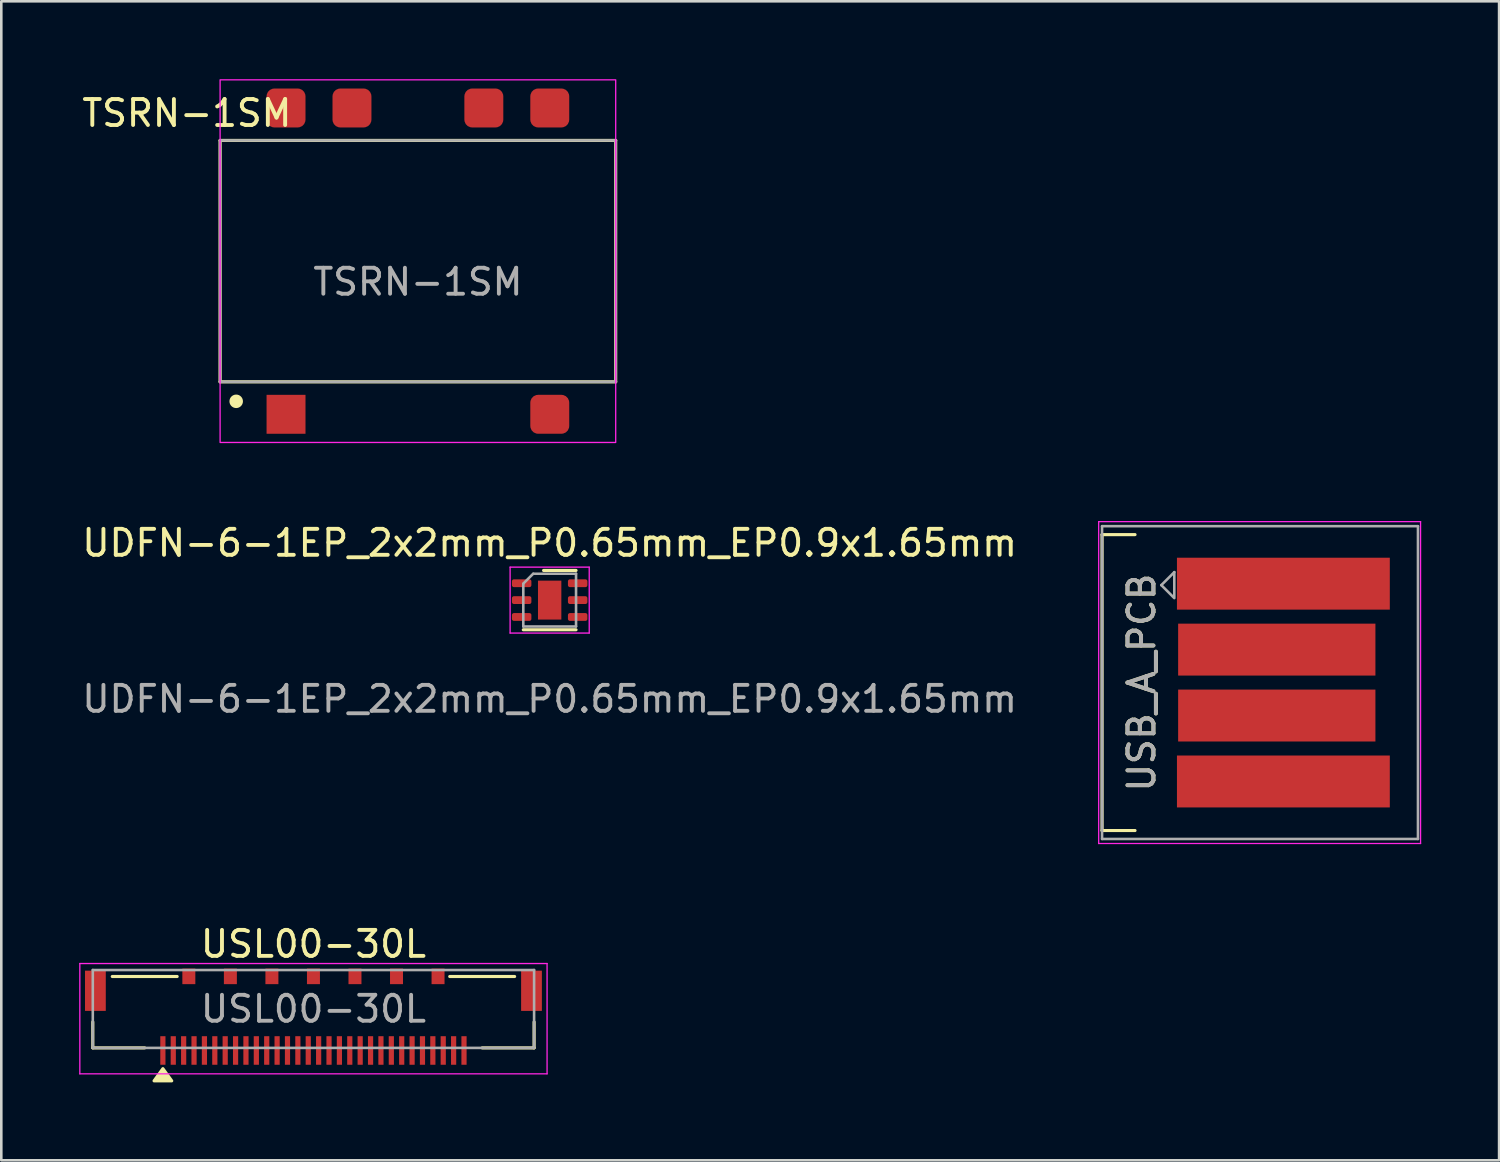
<source format=kicad_pcb>
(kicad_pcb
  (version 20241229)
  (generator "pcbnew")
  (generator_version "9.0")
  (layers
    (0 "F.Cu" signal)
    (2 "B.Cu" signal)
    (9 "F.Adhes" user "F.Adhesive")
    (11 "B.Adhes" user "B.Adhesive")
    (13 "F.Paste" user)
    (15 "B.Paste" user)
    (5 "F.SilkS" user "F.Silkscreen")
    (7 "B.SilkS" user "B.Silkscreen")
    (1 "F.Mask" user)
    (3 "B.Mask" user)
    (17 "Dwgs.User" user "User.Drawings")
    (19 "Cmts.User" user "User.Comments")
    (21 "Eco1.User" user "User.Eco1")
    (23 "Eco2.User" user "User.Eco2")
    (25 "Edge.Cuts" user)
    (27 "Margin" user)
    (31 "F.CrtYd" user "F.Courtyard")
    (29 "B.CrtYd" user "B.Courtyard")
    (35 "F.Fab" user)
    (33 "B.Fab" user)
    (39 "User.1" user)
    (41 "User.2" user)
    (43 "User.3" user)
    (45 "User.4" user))
  (footprint "USB_A_PCB"
    (layer "F.Cu")
    (at 40.675 23.245)
    (property "Reference" "USB_A_PCB" (at 0.254 0 90) (layer "F.SilkS") (effects (font (size 1 1) (thickness 0.15))))
    (attr smd)
    (fp_line (start -1.27 -5.7) (end -1.27 5.7) (stroke (width 0.12) (type solid)) (layer "F.SilkS"))
    (fp_line (start -1.27 -5.7) (end 0 -5.7) (stroke (width 0.12) (type solid)) (layer "F.SilkS"))
    (fp_line (start -1.27 5.7) (end 0 5.7) (stroke (width 0.12) (type solid)) (layer "F.SilkS"))
    (fp_line (start -1.4 -6.2) (end -1.4 6.2) (stroke (width 0.05) (type solid)) (layer "F.CrtYd"))
    (fp_line (start -1.4 6.2) (end 11 6.2) (stroke (width 0.05) (type solid)) (layer "F.CrtYd"))
    (fp_line (start 11 -6.2) (end -1.4 -6.2) (stroke (width 0.05) (type solid)) (layer "F.CrtYd"))
    (fp_line (start 11 6.2) (end 11 -6.2) (stroke (width 0.05) (type solid)) (layer "F.CrtYd"))
    (fp_line (start -1.27 -6.025) (end 10.9 -6.025) (stroke (width 0.1) (type solid)) (layer "F.Fab"))
    (fp_line (start -1.27 6.025) (end -1.27 -6.025) (stroke (width 0.1) (type solid)) (layer "F.Fab"))
    (fp_line (start -1.27 6.025) (end 10.9 6.025) (stroke (width 0.1) (type solid)) (layer "F.Fab"))
    (fp_line (start 1.013 -3.754) (end 1.513 -4.254) (stroke (width 0.1) (type solid)) (layer "F.Fab"))
    (fp_line (start 1.013 -3.754) (end 1.513 -3.254) (stroke (width 0.1) (type solid)) (layer "F.Fab"))
    (fp_line (start 1.513 -4.254) (end 1.513 -3.304) (stroke (width 0.1) (type solid)) (layer "F.Fab"))
    (fp_line (start 10.9 6.025) (end 10.9 -6.025) (stroke (width 0.1) (type solid)) (layer "F.Fab"))
    (fp_text user "${REFERENCE}" (at 0.254 0 90) (layer "F.Fab") (effects (font (size 1 1) (thickness 0.15))))
    (pad "1" smd rect (at 5.715 -3.81) (size 8.2 2) (layers "F.Cu" "F.Mask"))
    (pad "2" smd rect (at 5.461 -1.27) (size 7.6 2) (layers "F.Cu" "F.Mask"))
    (pad "3" smd rect (at 5.461 1.27) (size 7.6 2) (layers "F.Cu" "F.Mask"))
    (pad "4" smd rect (at 5.715 3.81) (size 8.2 2) (layers "F.Cu" "F.Mask")))
  (footprint "UDFN-6-1EP_2x2mm_P0.65mm_EP0.9x1.65mm"
    (layer "F.Cu")
    (at 18.125 20.068)
    (property "Reference" "UDFN-6-1EP_2x2mm_P0.65mm_EP0.9x1.65mm" (at 0 -2.2 0) (layer "F.SilkS") (effects (font (size 1 1) (thickness 0.15))))
    (attr smd)
    (fp_line (start -1.016 1.143) (end 1.016 1.143) (stroke (width 0.12) (type solid)) (layer "F.SilkS"))
    (fp_line (start -0.234 -1.143) (end 1.016 -1.143) (stroke (width 0.12) (type solid)) (layer "F.SilkS"))
    (fp_line (start -1.524 -1.27) (end -1.524 1.27) (stroke (width 0.05) (type solid)) (layer "F.CrtYd"))
    (fp_line (start -1.524 1.27) (end 1.524 1.27) (stroke (width 0.05) (type solid)) (layer "F.CrtYd"))
    (fp_line (start 1.524 -1.27) (end -1.524 -1.27) (stroke (width 0.05) (type solid)) (layer "F.CrtYd"))
    (fp_line (start 1.524 1.27) (end 1.524 -1.27) (stroke (width 0.05) (type solid)) (layer "F.CrtYd"))
    (fp_line (start -1.016 -0.635) (end -0.635 -1.016) (stroke (width 0.1) (type solid)) (layer "F.Fab"))
    (fp_line (start -1.016 1.016) (end -1.016 -0.625) (stroke (width 0.1) (type solid)) (layer "F.Fab"))
    (fp_line (start -0.625 -1.016) (end 1.016 -1.016) (stroke (width 0.1) (type solid)) (layer "F.Fab"))
    (fp_line (start 1.016 -1.016) (end 1.016 1.016) (stroke (width 0.1) (type solid)) (layer "F.Fab"))
    (fp_line (start 1.016 1.016) (end -1.016 1.016) (stroke (width 0.1) (type solid)) (layer "F.Fab"))
    (fp_text user "${REFERENCE}" (at 0 3.81 0) (layer "F.Fab") (effects (font (size 1 1) (thickness 0.15))))
    (pad "" smd roundrect (at -0.191 -0.343) (size 0.52 0.81) (layers "F.Paste") (roundrect_rratio 0.25))
    (pad "" smd roundrect (at -0.191 0.343) (size 0.52 0.81) (layers "F.Paste") (roundrect_rratio 0.25))
    (pad "" smd roundrect (at 0.191 -0.343) (size 0.52 0.81) (layers "F.Paste") (roundrect_rratio 0.25))
    (pad "" smd roundrect (at 0.191 0.343) (size 0.52 0.81) (layers "F.Paste") (roundrect_rratio 0.25))
    (pad "1" smd roundrect (at -1.079 -0.65) (size 0.75 0.3) (layers "F.Cu" "F.Mask" "F.Paste") (roundrect_rratio 0.25))
    (pad "2" smd roundrect (at -1.079 0) (size 0.75 0.3) (layers "F.Cu" "F.Mask" "F.Paste") (roundrect_rratio 0.25))
    (pad "3" smd roundrect (at -1.079 0.65) (size 0.75 0.3) (layers "F.Cu" "F.Mask" "F.Paste") (roundrect_rratio 0.25))
    (pad "4" smd roundrect (at 1.079 0.65) (size 0.75 0.3) (layers "F.Cu" "F.Mask" "F.Paste") (roundrect_rratio 0.25))
    (pad "5" smd roundrect (at 1.079 0) (size 0.75 0.3) (layers "F.Cu" "F.Mask" "F.Paste") (roundrect_rratio 0.25))
    (pad "6" smd roundrect (at 1.079 -0.65) (size 0.75 0.3) (layers "F.Cu" "F.Mask" "F.Paste") (roundrect_rratio 0.25))
    (pad "7" smd rect (at 0 0) (size 0.9 1.5) (layers "F.Cu" "F.Mask")))
  (footprint "TSRN-1SM"
    (layer "F.Cu")
    (at 13.049 7.01)
    (property "Reference" "TSRN-1SM" (at -8.9 -5.7 0) (unlocked yes) (layer "F.SilkS") (effects (font (size 1 1) (thickness 0.15))))
    (attr smd)
    (fp_line (start -7.62 -4.65) (end 7.62 -4.65) (stroke (width 0.12) (type solid)) (layer "F.SilkS"))
    (fp_line (start -7.62 4.65) (end -7.62 -4.65) (stroke (width 0.12) (type solid)) (layer "F.SilkS"))
    (fp_line (start -7.62 4.65) (end 7.62 4.65) (stroke (width 0.12) (type solid)) (layer "F.SilkS"))
    (fp_line (start 7.62 4.65) (end 7.62 -4.65) (stroke (width 0.12) (type solid)) (layer "F.SilkS"))
    (fp_circle (center -7 5.4) (end -6.8 5.4) (stroke (width 0.12) (type solid)) (fill yes) (layer "F.SilkS"))
    (fp_rect (start -7.62 -6.985) (end 7.62 6.985) (stroke (width 0.05) (type solid)) (fill no) (layer "F.CrtYd"))
    (fp_line (start -7.62 -4.65) (end -7.62 4.65) (stroke (width 0.1) (type solid)) (layer "F.Fab"))
    (fp_line (start -7.62 4.65) (end 7.62 4.65) (stroke (width 0.1) (type solid)) (layer "F.Fab"))
    (fp_line (start 7.62 -4.65) (end -7.62 -4.65) (stroke (width 0.1) (type solid)) (layer "F.Fab"))
    (fp_line (start 7.62 4.65) (end 7.62 -4.65) (stroke (width 0.1) (type solid)) (layer "F.Fab"))
    (fp_text user "${REFERENCE}" (at 0 0.8 0) (unlocked yes) (layer "F.Fab") (effects (font (size 1 1) (thickness 0.15))))
    (pad "1" smd rect (at -5.08 5.9) (size 1.5 1.5) (layers "F.Cu" "F.Mask" "F.Paste"))
    (pad "5" smd roundrect (at 5.08 5.9) (size 1.5 1.5) (layers "F.Cu" "F.Mask" "F.Paste") (roundrect_rratio 0.2))
    (pad "6" smd roundrect (at 5.08 -5.9) (size 1.5 1.5) (layers "F.Cu" "F.Mask" "F.Paste") (roundrect_rratio 0.2))
    (pad "7" smd roundrect (at 2.54 -5.9) (size 1.5 1.5) (layers "F.Cu" "F.Mask" "F.Paste") (roundrect_rratio 0.2))
    (pad "9" smd roundrect (at -2.54 -5.9) (size 1.5 1.5) (layers "F.Cu" "F.Mask" "F.Paste") (roundrect_rratio 0.2))
    (pad "10" smd roundrect (at -5.08 -5.9) (size 1.5 1.5) (layers "F.Cu" "F.Mask" "F.Paste") (roundrect_rratio 0.2)))
  (footprint "USL00-30L"
    (layer "F.Cu")
    (at 9.025 37.318)
    (property "Reference" "USL00-30L" (at 0 -4 0) (layer "F.SilkS") (effects (font (size 1 1) (thickness 0.15))))
    (attr smd)
    (fp_line (start -8.5 0) (end -8.5 -1) (stroke (width 0.12) (type solid)) (layer "F.SilkS"))
    (fp_line (start -8.5 0) (end -6.5 0) (stroke (width 0.12) (type solid)) (layer "F.SilkS"))
    (fp_line (start -7.75 -2.75) (end -5.25 -2.75) (stroke (width 0.12) (type solid)) (layer "F.SilkS"))
    (fp_line (start 5.25 -2.75) (end 7.75 -2.75) (stroke (width 0.12) (type solid)) (layer "F.SilkS"))
    (fp_line (start 6.5 0) (end 8.5 0) (stroke (width 0.12) (type solid)) (layer "F.SilkS"))
    (fp_line (start 8.5 0) (end 8.5 -1) (stroke (width 0.12) (type solid)) (layer "F.SilkS"))
    (fp_poly (pts (xy -5.8 0.8) (xy -5.46 1.27) (xy -6.14 1.27)) (stroke (width 0.12) (type solid)) (fill yes) (layer "F.SilkS"))
    (fp_line (start -9 -3.25) (end 9 -3.25) (stroke (width 0.05) (type solid)) (layer "F.CrtYd"))
    (fp_line (start -9 1) (end -9 -3.25) (stroke (width 0.05) (type solid)) (layer "F.CrtYd"))
    (fp_line (start 9 1) (end -9 1) (stroke (width 0.05) (type solid)) (layer "F.CrtYd"))
    (fp_line (start 9 1) (end 9 -3.25) (stroke (width 0.05) (type solid)) (layer "F.CrtYd"))
    (fp_line (start -8.5 -3) (end 8.5 -3) (stroke (width 0.1) (type solid)) (layer "F.Fab"))
    (fp_line (start -8.5 0) (end -8.5 -3) (stroke (width 0.1) (type solid)) (layer "F.Fab"))
    (fp_line (start 8.5 -3) (end 8.5 0) (stroke (width 0.1) (type solid)) (layer "F.Fab"))
    (fp_line (start 8.5 0) (end -8.5 0) (stroke (width 0.1) (type solid)) (layer "F.Fab"))
    (fp_text user "${REFERENCE}" (at 0 -1.5 0) (layer "F.Fab") (effects (font (size 1 1) (thickness 0.15))))
    (pad "1" smd rect (at -5.8 0.1) (size 0.2 1.1) (layers "F.Cu" "F.Mask" "F.Paste"))
    (pad "2" smd rect (at -5.4 0.1) (size 0.2 1.1) (layers "F.Cu" "F.Mask" "F.Paste"))
    (pad "3" smd rect (at -5 0.1) (size 0.2 1.1) (layers "F.Cu" "F.Mask" "F.Paste"))
    (pad "4" smd rect (at -4.6 0.1) (size 0.2 1.1) (layers "F.Cu" "F.Mask" "F.Paste"))
    (pad "5" smd rect (at -4.2 0.1) (size 0.2 1.1) (layers "F.Cu" "F.Mask" "F.Paste"))
    (pad "6" smd rect (at -3.8 0.1) (size 0.2 1.1) (layers "F.Cu" "F.Mask" "F.Paste"))
    (pad "7" smd rect (at -3.4 0.1) (size 0.2 1.1) (layers "F.Cu" "F.Mask" "F.Paste"))
    (pad "8" smd rect (at -3 0.1) (size 0.2 1.1) (layers "F.Cu" "F.Mask" "F.Paste"))
    (pad "9" smd rect (at -2.6 0.1) (size 0.2 1.1) (layers "F.Cu" "F.Mask" "F.Paste"))
    (pad "10" smd rect (at -2.2 0.1) (size 0.2 1.1) (layers "F.Cu" "F.Mask" "F.Paste"))
    (pad "11" smd rect (at -1.8 0.1) (size 0.2 1.1) (layers "F.Cu" "F.Mask" "F.Paste"))
    (pad "12" smd rect (at -1.4 0.1) (size 0.2 1.1) (layers "F.Cu" "F.Mask" "F.Paste"))
    (pad "13" smd rect (at -1 0.1) (size 0.2 1.1) (layers "F.Cu" "F.Mask" "F.Paste"))
    (pad "14" smd rect (at -0.6 0.1) (size 0.2 1.1) (layers "F.Cu" "F.Mask" "F.Paste"))
    (pad "15" smd rect (at -0.2 0.1) (size 0.2 1.1) (layers "F.Cu" "F.Mask" "F.Paste"))
    (pad "16" smd rect (at 0.2 0.1) (size 0.2 1.1) (layers "F.Cu" "F.Mask" "F.Paste"))
    (pad "17" smd rect (at 0.6 0.1) (size 0.2 1.1) (layers "F.Cu" "F.Mask" "F.Paste"))
    (pad "18" smd rect (at 1 0.1) (size 0.2 1.1) (layers "F.Cu" "F.Mask" "F.Paste"))
    (pad "19" smd rect (at 1.4 0.1) (size 0.2 1.1) (layers "F.Cu" "F.Mask" "F.Paste"))
    (pad "20" smd rect (at 1.8 0.1) (size 0.2 1.1) (layers "F.Cu" "F.Mask" "F.Paste"))
    (pad "21" smd rect (at 2.2 0.1) (size 0.2 1.1) (layers "F.Cu" "F.Mask" "F.Paste"))
    (pad "22" smd rect (at 2.6 0.1) (size 0.2 1.1) (layers "F.Cu" "F.Mask" "F.Paste"))
    (pad "23" smd rect (at 3 0.1) (size 0.2 1.1) (layers "F.Cu" "F.Mask" "F.Paste"))
    (pad "24" smd rect (at 3.4 0.1) (size 0.2 1.1) (layers "F.Cu" "F.Mask" "F.Paste"))
    (pad "25" smd rect (at 3.8 0.1) (size 0.2 1.1) (layers "F.Cu" "F.Mask" "F.Paste"))
    (pad "26" smd rect (at 4.2 0.1) (size 0.2 1.1) (layers "F.Cu" "F.Mask" "F.Paste"))
    (pad "27" smd rect (at 4.6 0.1) (size 0.2 1.1) (layers "F.Cu" "F.Mask" "F.Paste"))
    (pad "28" smd rect (at 5 0.1) (size 0.2 1.1) (layers "F.Cu" "F.Mask" "F.Paste"))
    (pad "29" smd rect (at 5.4 0.1) (size 0.2 1.1) (layers "F.Cu" "F.Mask" "F.Paste"))
    (pad "30" smd rect (at 5.8 0.1) (size 0.2 1.1) (layers "F.Cu" "F.Mask" "F.Paste"))
    (pad "MP" smd rect (at -8.4 -2.2) (size 0.8 1.55) (layers "F.Cu" "F.Mask" "F.Paste"))
    (pad "MP" smd rect (at -4.8 -2.755) (size 0.5 0.6) (layers "F.Cu" "F.Mask" "F.Paste"))
    (pad "MP" smd rect (at -3.2 -2.755) (size 0.5 0.6) (layers "F.Cu" "F.Mask" "F.Paste"))
    (pad "MP" smd rect (at -1.6 -2.755) (size 0.5 0.6) (layers "F.Cu" "F.Mask" "F.Paste"))
    (pad "MP" smd rect (at 0 -2.755) (size 0.5 0.6) (layers "F.Cu" "F.Mask" "F.Paste"))
    (pad "MP" smd rect (at 1.6 -2.755) (size 0.5 0.6) (layers "F.Cu" "F.Mask" "F.Paste"))
    (pad "MP" smd rect (at 3.2 -2.755) (size 0.5 0.6) (layers "F.Cu" "F.Mask" "F.Paste"))
    (pad "MP" smd rect (at 4.8 -2.755) (size 0.5 0.6) (layers "F.Cu" "F.Mask" "F.Paste"))
    (pad "MP" smd rect (at 8.4 -2.2) (size 0.8 1.55) (layers "F.Cu" "F.Mask" "F.Paste")))
  (gr_rect
    (start -3 -3)
    (end 54.7 41.648)
    (stroke (width 0.1) (type default))
    (fill no)
    (layer "Edge.Cuts")))
</source>
